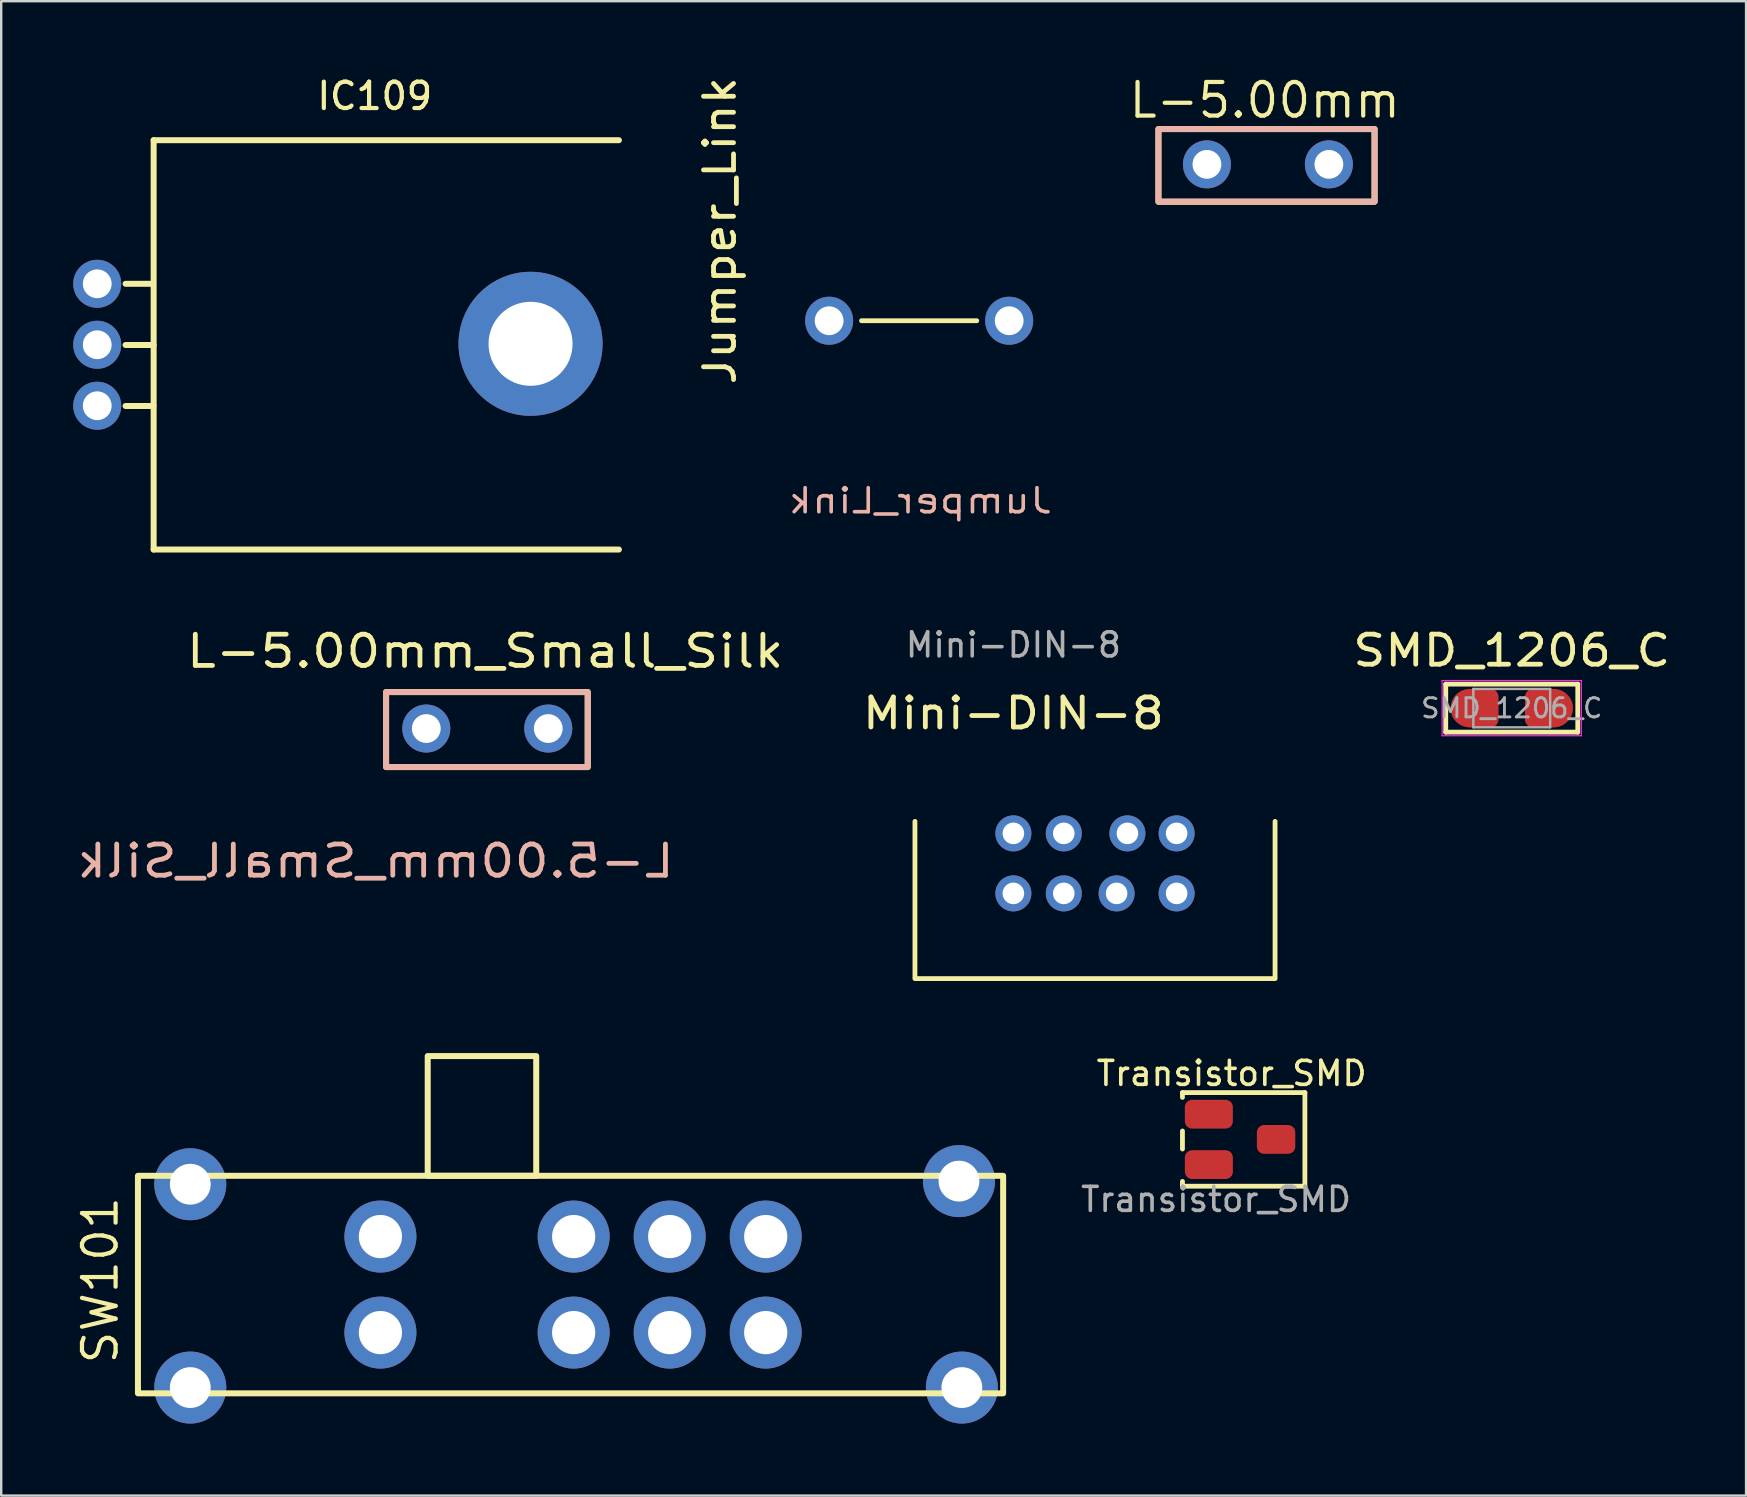
<source format=kicad_pcb>
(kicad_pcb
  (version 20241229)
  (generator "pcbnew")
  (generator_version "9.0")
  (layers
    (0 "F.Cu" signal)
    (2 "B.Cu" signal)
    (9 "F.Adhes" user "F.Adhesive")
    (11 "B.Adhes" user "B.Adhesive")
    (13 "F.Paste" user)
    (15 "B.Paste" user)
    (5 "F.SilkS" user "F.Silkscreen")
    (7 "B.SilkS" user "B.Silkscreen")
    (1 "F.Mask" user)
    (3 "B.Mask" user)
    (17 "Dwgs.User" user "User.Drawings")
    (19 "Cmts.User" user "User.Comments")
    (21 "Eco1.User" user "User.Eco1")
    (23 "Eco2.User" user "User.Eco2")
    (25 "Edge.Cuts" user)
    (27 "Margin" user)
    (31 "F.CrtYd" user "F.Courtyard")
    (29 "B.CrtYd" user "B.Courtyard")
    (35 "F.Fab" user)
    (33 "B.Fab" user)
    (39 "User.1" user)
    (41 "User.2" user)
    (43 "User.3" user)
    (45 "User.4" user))
  (footprint "Jumper_Link"
    (layer "F.Cu")
    (at 35.237 10.31)
    (property "Reference" "Jumper_Link" (at -8.3 -3.75 90) (unlocked yes) (layer "F.SilkS") (effects (font (size 1.25 1.4) (thickness 0.2))))
    (attr through_hole)
    (fp_line (start 2.4 0) (end -2.4 0) (stroke (width 0.2) (type default)) (layer "F.SilkS"))
    (fp_text user "${REFERENCE}" (at 0.05 7.5 0) (unlocked yes) (layer "B.SilkS") (effects (font (size 1 1.2) (thickness 0.15)) (justify mirror)))
    (pad "1" thru_hole circle (at -3.75 0) (size 2 2) (drill 1.2) (layers "*.Cu" "*.Mask"))
    (pad "2" thru_hole circle (at 3.75 0) (size 2 2) (drill 1.2) (layers "*.Cu" "*.Mask")))
  (footprint "SW101"
    (layer "F.Cu")
    (at 19.756 50.619)
    (property "Reference" "SW101" (at -18.63 -0.34 270) (layer "F.SilkS") (effects (font (size 1.4 1.4) (thickness 0.175))))
    (attr through_hole)
    (fp_rect (start -17.06 -4.69) (end 18.98 4.37) (stroke (width 0.25) (type default)) (fill no) (layer "F.SilkS"))
    (fp_rect (start -4.99 -4.69) (end -0.47 -9.68) (stroke (width 0.25) (type default)) (fill no) (layer "F.SilkS"))
    (pad "0" thru_hole circle (at -14.88 -4.34 180) (size 3 3) (drill 1.7) (layers "*.Cu" "*.Mask"))
    (pad "0" thru_hole circle (at -14.88 4.13 180) (size 3 3) (drill 1.7) (layers "*.Cu" "*.Mask"))
    (pad "0" thru_hole circle (at 17.14 -4.47 180) (size 3 3) (drill 1.7) (layers "*.Cu" "*.Mask"))
    (pad "0" thru_hole circle (at 17.26 4.13 180) (size 3 3) (drill 1.7) (layers "*.Cu" "*.Mask"))
    (pad "2" thru_hole circle (at 1.09 -2.16 180) (size 3 3) (drill 1.8) (layers "*.Cu" "*.Mask"))
    (pad "2" thru_hole circle (at 1.09 1.84 180) (size 3 3) (drill 1.8) (layers "*.Cu" "*.Mask"))
    (pad "2" thru_hole circle (at 5.09 -2.16 180) (size 3 3) (drill 1.8) (layers "*.Cu" "*.Mask"))
    (pad "2" thru_hole circle (at 5.09 1.84 180) (size 3 3) (drill 1.8) (layers "*.Cu" "*.Mask"))
    (pad "2" thru_hole circle (at 9.09 -2.16 180) (size 3 3) (drill 1.8) (layers "*.Cu" "*.Mask"))
    (pad "2" thru_hole circle (at 9.09 1.84 180) (size 3 3) (drill 1.8) (layers "*.Cu" "*.Mask"))
    (pad "3" thru_hole circle (at -6.96 -2.16 180) (size 3 3) (drill 1.8) (layers "*.Cu" "*.Mask"))
    (pad "3" thru_hole circle (at -6.96 1.84 180) (size 3 3) (drill 1.8) (layers "*.Cu" "*.Mask")))
  (footprint "SMD_1206_C"
    (layer "F.Cu")
    (at 59.922 26.448)
    (property "Reference" "SMD_1206_C" (at 0 -2.4 0) (unlocked yes) (layer "F.SilkS") (effects (font (size 1.25 1.4) (thickness 0.2))))
    (attr smd)
    (fp_line (start -2.75 -1) (end -2.75 1) (stroke (width 0.2) (type default)) (layer "F.SilkS"))
    (fp_line (start -2.75 -1) (end 2.75 -1) (stroke (width 0.2) (type solid)) (layer "F.SilkS"))
    (fp_line (start -2.75 1) (end 2.75 1) (stroke (width 0.2) (type solid)) (layer "F.SilkS"))
    (fp_line (start 2.75 -1) (end 2.75 1) (stroke (width 0.2) (type default)) (layer "F.SilkS"))
    (fp_line (start -2.9 -1.15) (end 2.9 -1.15) (stroke (width 0.05) (type solid)) (layer "F.CrtYd"))
    (fp_line (start -2.9 1.15) (end -2.9 -1.15) (stroke (width 0.05) (type solid)) (layer "F.CrtYd"))
    (fp_line (start 2.9 -1.15) (end 2.9 1.15) (stroke (width 0.05) (type solid)) (layer "F.CrtYd"))
    (fp_line (start 2.9 1.15) (end -2.9 1.15) (stroke (width 0.05) (type solid)) (layer "F.CrtYd"))
    (fp_line (start -1.6 -0.8) (end 1.6 -0.8) (stroke (width 0.1) (type solid)) (layer "F.Fab"))
    (fp_line (start -1.6 0.8) (end -1.6 -0.8) (stroke (width 0.1) (type solid)) (layer "F.Fab"))
    (fp_line (start 1.6 -0.8) (end 1.6 0.8) (stroke (width 0.1) (type solid)) (layer "F.Fab"))
    (fp_line (start 1.6 0.8) (end -1.6 0.8) (stroke (width 0.1) (type solid)) (layer "F.Fab"))
    (fp_text user "${REFERENCE}" (at 0 0 0) (layer "F.Fab") (effects (font (size 0.8 0.8) (thickness 0.12))))
    (pad "1" smd circle (at -1.75 0) (size 1.6 1.6) (layers "F.Cu" "F.Mask" "F.Paste"))
    (pad "1" smd roundrect (at -1.3 0) (size 1.5 1.6) (layers "F.Cu" "F.Mask" "F.Paste") (roundrect_rratio 0.217))
    (pad "2" smd roundrect (at 1.3 0) (size 1.5 1.6) (layers "F.Cu" "F.Mask" "F.Paste") (roundrect_rratio 0.217))
    (pad "2" smd circle (at 1.75 0) (size 1.6 1.6) (layers "F.Cu" "F.Mask" "F.Paste")))
  (footprint "Mini-DIN-8"
    (layer "F.Cu")
    (at 39.162 34.164)
    (property "Reference" "Mini-DIN-8" (at 0 -7.5 0) (unlocked yes) (layer "F.SilkS") (effects (font (size 1.25 1.4) (thickness 0.2))))
    (attr through_hole)
    (fp_line (start -4.1 3.5) (end -4.1 -3) (stroke (width 0.2) (type default)) (layer "F.SilkS"))
    (fp_line (start -4.1 3.55) (end 10.9 3.55) (stroke (width 0.2) (type default)) (layer "F.SilkS"))
    (fp_line (start 10.9 3.5) (end 10.9 -3) (stroke (width 0.2) (type default)) (layer "F.SilkS"))
    (fp_text user "${REFERENCE}" (at 0 -10.35 0) (unlocked yes) (layer "F.Fab") (effects (font (size 1 1) (thickness 0.15))))
    (pad "1" thru_hole circle (at 2.1 -2.5 180) (size 1.5 1.5) (drill 0.9) (layers "*.Cu" "*.Mask"))
    (pad "2" thru_hole circle (at 4.75 -2.5 180) (size 1.5 1.5) (drill 0.9) (layers "*.Cu" "*.Mask"))
    (pad "3" thru_hole circle (at 0 -2.5 180) (size 1.5 1.5) (drill 0.9) (layers "*.Cu" "*.Mask"))
    (pad "4" thru_hole circle (at 2.1 0 180) (size 1.5 1.5) (drill 0.9) (layers "*.Cu" "*.Mask"))
    (pad "5" thru_hole circle (at 6.8 -2.5 180) (size 1.5 1.5) (drill 0.9) (layers "*.Cu" "*.Mask"))
    (pad "6" thru_hole circle (at 0 0 180) (size 1.5 1.5) (drill 0.9) (layers "*.Cu" "*.Mask"))
    (pad "7" thru_hole circle (at 4.3 0 180) (size 1.5 1.5) (drill 0.9) (layers "*.Cu" "*.Mask"))
    (pad "8" thru_hole circle (at 6.8 0 180) (size 1.5 1.5) (drill 0.9) (layers "*.Cu" "*.Mask")))
  (footprint "IC109"
    (layer "F.Cu")
    (at 12.03 15.161)
    (property "Reference" "IC109" (at 0.53 -14.21 180) (layer "F.SilkS") (effects (font (size 1.1 1.1) (thickness 0.175))))
    (attr through_hole)
    (fp_line (start -9.85 -6.39) (end -8.7 -6.39) (stroke (width 0.25) (type default)) (layer "F.SilkS"))
    (fp_line (start -9.85 -3.84) (end -8.68 -3.84) (stroke (width 0.25) (type default)) (layer "F.SilkS"))
    (fp_line (start -9.85 -1.3) (end -8.69 -1.3) (stroke (width 0.25) (type default)) (layer "F.SilkS"))
    (fp_line (start -8.68 -12.37) (end -8.68 4.68) (stroke (width 0.25) (type default)) (layer "F.SilkS"))
    (fp_line (start -8.68 -12.37) (end 10.7 -12.37) (stroke (width 0.25) (type default)) (layer "F.SilkS"))
    (fp_line (start -8.68 4.68) (end 10.7 4.68) (stroke (width 0.25) (type default)) (layer "F.SilkS"))
    (pad "1" thru_hole circle (at -11.03 -6.39 180) (size 2 2) (drill 1.2) (layers "*.Cu" "*.Mask"))
    (pad "2" thru_hole circle (at -11.03 -3.85 180) (size 2 2) (drill 1.2) (layers "*.Cu" "*.Mask"))
    (pad "2" thru_hole circle (at 7.02 -3.89 180) (size 6 6) (drill 3.5) (layers "*.Cu" "*.Mask"))
    (pad "3" thru_hole circle (at -11.03 -1.31 180) (size 2 2) (drill 1.2) (layers "*.Cu" "*.Mask")))
  (footprint "L-5.00mm"
    (layer "F.Cu")
    (at 49.674 3.776)
    (property "Reference" "L-5.00mm" (at -0.04 -2.65 0) (layer "F.SilkS") (effects (font (size 1.4 1.4) (thickness 0.175))))
    (attr through_hole)
    (fp_rect (start -4.47 -1.45) (end 4.53 1.58) (stroke (width 0.25) (type default)) (fill no) (layer "F.SilkS"))
    (fp_rect (start -4.47 -1.45) (end 4.54 1.57) (stroke (width 0.25) (type default)) (fill no) (layer "B.SilkS"))
    (pad "1" thru_hole circle (at -2.45 0.02 90) (size 2 2) (drill 1.2) (layers "*.Cu" "*.Mask"))
    (pad "2" thru_hole circle (at 2.63 0.02 90) (size 2 2) (drill 1.2) (layers "*.Cu" "*.Mask")))
  (footprint "Transistor_SMD"
    (layer "F.Cu")
    (at 47.605 44.412)
    (property "Reference" "Transistor_SMD" (at 0.65 -2.75 0) (unlocked yes) (layer "F.SilkS") (effects (font (size 1 1) (thickness 0.15))))
    (attr smd)
    (fp_line (start -1.4 -1.95) (end 3.7 -1.95) (stroke (width 0.2) (type default)) (layer "F.SilkS"))
    (fp_line (start -1.4 -1.75) (end -1.4 -1.95) (stroke (width 0.2) (type default)) (layer "F.SilkS"))
    (fp_line (start -1.4 0.4) (end -1.4 -0.35) (stroke (width 0.2) (type default)) (layer "F.SilkS"))
    (fp_line (start -1.4 1.95) (end -1.4 1.75) (stroke (width 0.2) (type default)) (layer "F.SilkS"))
    (fp_line (start -1.4 1.95) (end 3.7 1.95) (stroke (width 0.2) (type default)) (layer "F.SilkS"))
    (fp_line (start 3.7 -1.95) (end 3.7 1.95) (stroke (width 0.2) (type default)) (layer "F.SilkS"))
    (fp_text user "${REFERENCE}" (at 0 2.5 0) (unlocked yes) (layer "F.Fab") (effects (font (size 1 1) (thickness 0.15))))
    (pad "1" smd roundrect (at 2.5 0) (size 1.6 1.2) (layers "F.Cu" "F.Mask" "F.Paste") (roundrect_rratio 0.25))
    (pad "2" smd roundrect (at -0.3 -1.05) (size 2 1.2) (layers "F.Cu" "F.Mask" "F.Paste") (roundrect_rratio 0.25))
    (pad "3" smd roundrect (at -0.3 1.05) (size 2 1.2) (layers "F.Cu" "F.Mask" "F.Paste") (roundrect_rratio 0.25)))
  (footprint "L-5.00mm_Small_Silk"
    (layer "F.Cu")
    (at 17.157 27.277)
    (property "Reference" "L-5.00mm_Small_Silk" (at 0 -3.2 0) (layer "F.SilkS") (effects (font (size 1.3 1.5) (thickness 0.2))))
    (attr through_hole)
    (fp_rect (start -4.125 -1.5) (end 4.275 1.625) (stroke (width 0.25) (type default)) (fill no) (layer "F.SilkS"))
    (fp_rect (start -4.125 -1.5) (end 4.275 1.625) (stroke (width 0.25) (type default)) (fill no) (layer "B.SilkS"))
    (fp_text user "${REFERENCE}" (at 8 6.3 0) (unlocked yes) (layer "B.SilkS") (effects (font (size 1.3 1.5) (thickness 0.2)) (justify left bottom mirror)))
    (pad "1" thru_hole circle (at -2.45 0.02 90) (size 2 2) (drill 1.2) (layers "*.Cu" "*.Mask"))
    (pad "2" thru_hole circle (at 2.63 0.02 90) (size 2 2) (drill 1.2) (layers "*.Cu" "*.Mask")))
  (gr_rect
    (start -3 -3)
    (end 69.682 59.249)
    (stroke (width 0.1) (type default))
    (fill no)
    (layer "Edge.Cuts")))
</source>
